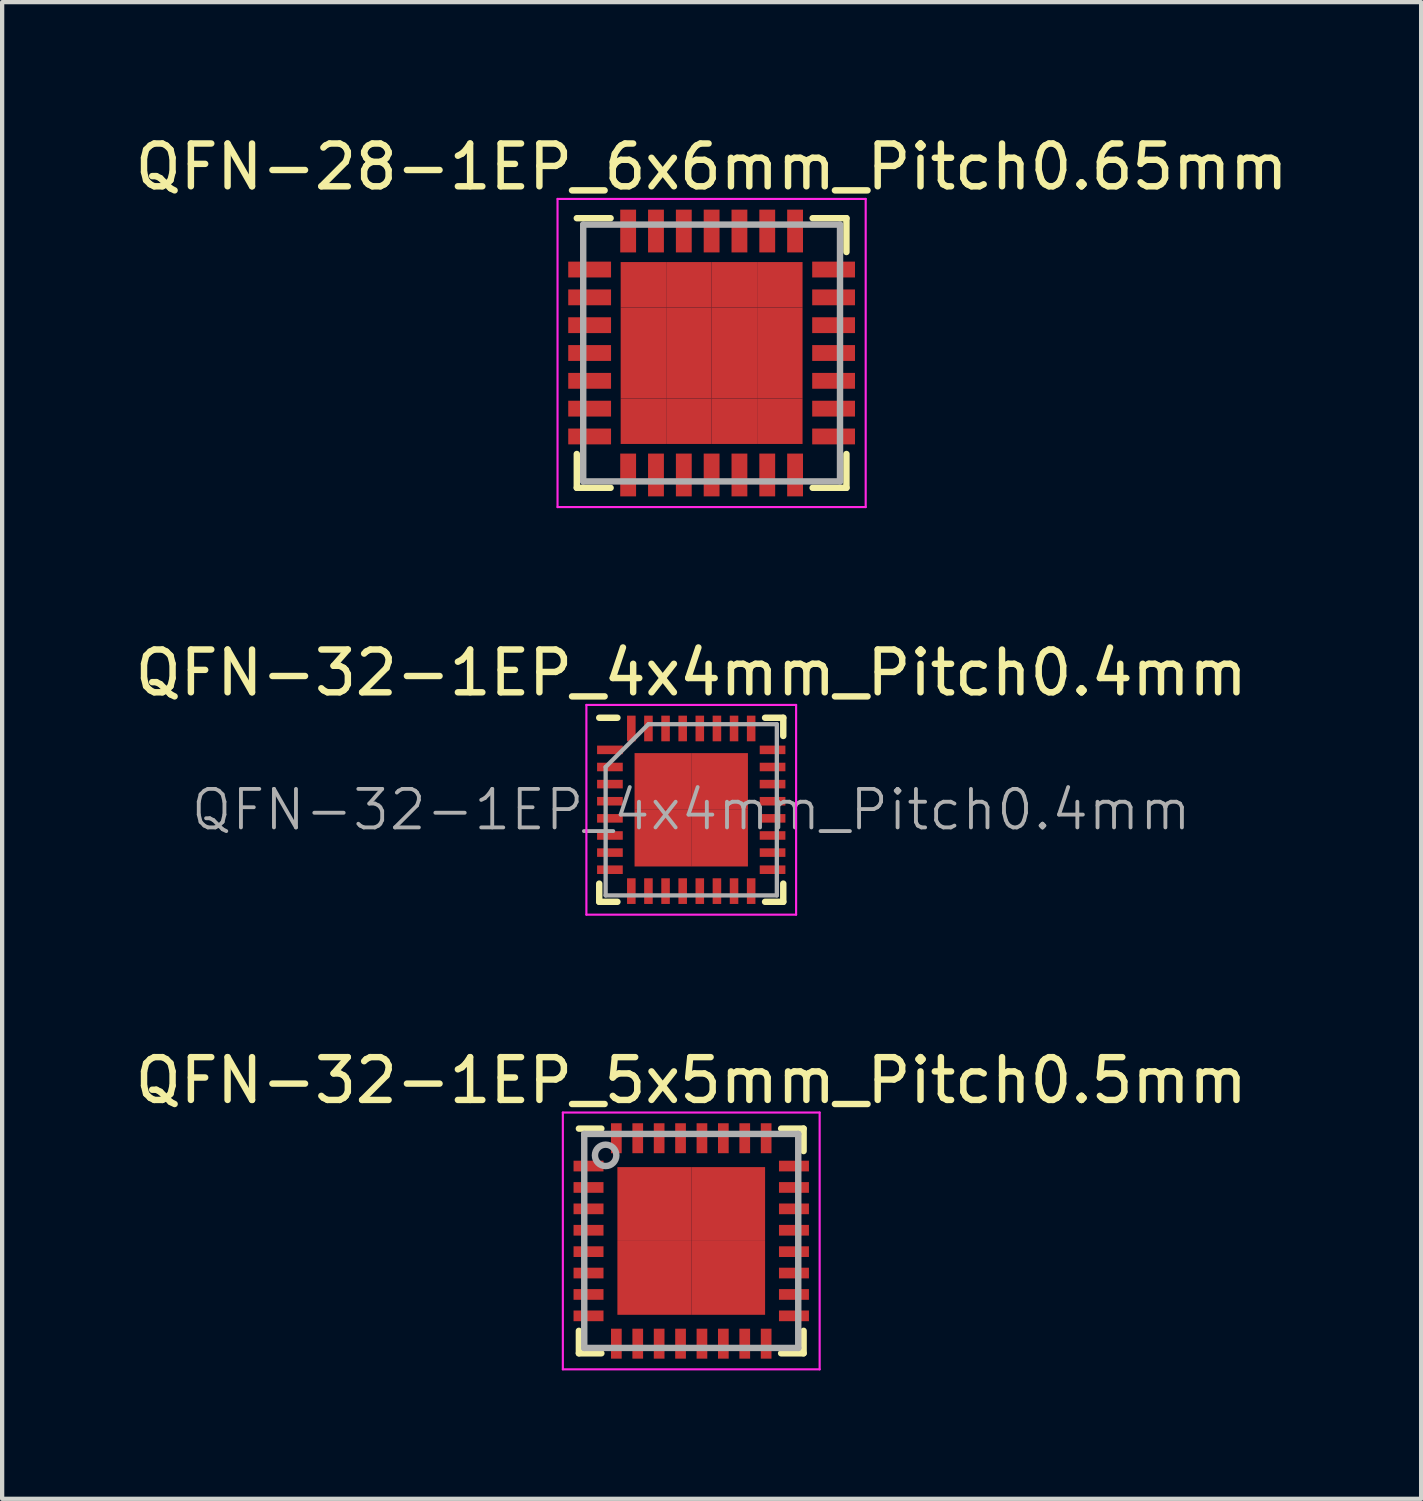
<source format=kicad_pcb>
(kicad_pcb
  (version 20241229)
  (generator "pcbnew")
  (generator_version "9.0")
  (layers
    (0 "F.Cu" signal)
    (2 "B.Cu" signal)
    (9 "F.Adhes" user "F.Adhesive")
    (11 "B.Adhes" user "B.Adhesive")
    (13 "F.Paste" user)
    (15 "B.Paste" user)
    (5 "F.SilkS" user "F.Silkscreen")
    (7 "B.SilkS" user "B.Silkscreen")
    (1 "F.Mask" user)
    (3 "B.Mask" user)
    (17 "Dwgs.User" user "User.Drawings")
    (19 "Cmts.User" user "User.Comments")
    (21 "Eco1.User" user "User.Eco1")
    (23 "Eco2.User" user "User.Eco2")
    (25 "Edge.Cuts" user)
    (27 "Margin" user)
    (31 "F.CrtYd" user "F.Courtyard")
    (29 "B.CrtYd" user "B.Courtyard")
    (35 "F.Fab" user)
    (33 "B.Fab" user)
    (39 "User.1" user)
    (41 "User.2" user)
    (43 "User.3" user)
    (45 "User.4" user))
  (footprint "QFN-32-1EP_5x5mm_Pitch0.5mm"
    (layer "F.Cu")
    (at 13.101 25.945)
    (property "Reference" "QFN-32-1EP_5x5mm_Pitch0.5mm" (at 0 -3.75 0) (layer "F.SilkS") (effects (font (size 1 1) (thickness 0.15))))
    (attr smd)
    (fp_line (start -2.625 -2.625) (end -2.1 -2.625) (stroke (width 0.15) (type solid)) (layer "F.SilkS"))
    (fp_line (start -2.625 2.625) (end -2.625 2.1) (stroke (width 0.15) (type solid)) (layer "F.SilkS"))
    (fp_line (start -2.625 2.625) (end -2.1 2.625) (stroke (width 0.15) (type solid)) (layer "F.SilkS"))
    (fp_line (start 2.625 -2.625) (end 2.1 -2.625) (stroke (width 0.15) (type solid)) (layer "F.SilkS"))
    (fp_line (start 2.625 -2.625) (end 2.625 -2.1) (stroke (width 0.15) (type solid)) (layer "F.SilkS"))
    (fp_line (start 2.625 2.625) (end 2.1 2.625) (stroke (width 0.15) (type solid)) (layer "F.SilkS"))
    (fp_line (start 2.625 2.625) (end 2.625 2.1) (stroke (width 0.15) (type solid)) (layer "F.SilkS"))
    (fp_line (start -3 -3) (end -3 3) (stroke (width 0.05) (type solid)) (layer "F.CrtYd"))
    (fp_line (start -3 -3) (end 3 -3) (stroke (width 0.05) (type solid)) (layer "F.CrtYd"))
    (fp_line (start -3 3) (end 3 3) (stroke (width 0.05) (type solid)) (layer "F.CrtYd"))
    (fp_line (start 3 -3) (end 3 3) (stroke (width 0.05) (type solid)) (layer "F.CrtYd"))
    (fp_line (start -2.5 -2.5) (end 2.5 -2.5) (stroke (width 0.15) (type solid)) (layer "F.Fab"))
    (fp_line (start -2.5 2.5) (end -2.5 -2.5) (stroke (width 0.15) (type solid)) (layer "F.Fab"))
    (fp_line (start 2.5 -2.5) (end 2.5 2.5) (stroke (width 0.15) (type solid)) (layer "F.Fab"))
    (fp_line (start 2.5 2.5) (end -2.5 2.5) (stroke (width 0.15) (type solid)) (layer "F.Fab"))
    (fp_circle (center -2 -2) (end -2.25 -2) (stroke (width 0.15) (type solid)) (fill no) (layer "F.Fab"))
    (pad "1" smd rect (at -2.4 -1.75) (size 0.7 0.25) (layers "F.Cu" "F.Mask" "F.Paste"))
    (pad "2" smd rect (at -2.4 -1.25) (size 0.7 0.25) (layers "F.Cu" "F.Mask" "F.Paste"))
    (pad "3" smd rect (at -2.4 -0.75) (size 0.7 0.25) (layers "F.Cu" "F.Mask" "F.Paste"))
    (pad "4" smd rect (at -2.4 -0.25) (size 0.7 0.25) (layers "F.Cu" "F.Mask" "F.Paste"))
    (pad "5" smd rect (at -2.4 0.25) (size 0.7 0.25) (layers "F.Cu" "F.Mask" "F.Paste"))
    (pad "6" smd rect (at -2.4 0.75) (size 0.7 0.25) (layers "F.Cu" "F.Mask" "F.Paste"))
    (pad "7" smd rect (at -2.4 1.25) (size 0.7 0.25) (layers "F.Cu" "F.Mask" "F.Paste"))
    (pad "8" smd rect (at -2.4 1.75) (size 0.7 0.25) (layers "F.Cu" "F.Mask" "F.Paste"))
    (pad "9" smd rect (at -1.75 2.4 90) (size 0.7 0.25) (layers "F.Cu" "F.Mask" "F.Paste"))
    (pad "10" smd rect (at -1.25 2.4 90) (size 0.7 0.25) (layers "F.Cu" "F.Mask" "F.Paste"))
    (pad "11" smd rect (at -0.75 2.4 90) (size 0.7 0.25) (layers "F.Cu" "F.Mask" "F.Paste"))
    (pad "12" smd rect (at -0.25 2.4 90) (size 0.7 0.25) (layers "F.Cu" "F.Mask" "F.Paste"))
    (pad "13" smd rect (at 0.25 2.4 90) (size 0.7 0.25) (layers "F.Cu" "F.Mask" "F.Paste"))
    (pad "14" smd rect (at 0.75 2.4 90) (size 0.7 0.25) (layers "F.Cu" "F.Mask" "F.Paste"))
    (pad "15" smd rect (at 1.25 2.4 90) (size 0.7 0.25) (layers "F.Cu" "F.Mask" "F.Paste"))
    (pad "16" smd rect (at 1.75 2.4 90) (size 0.7 0.25) (layers "F.Cu" "F.Mask" "F.Paste"))
    (pad "17" smd rect (at 2.4 1.75) (size 0.7 0.25) (layers "F.Cu" "F.Mask" "F.Paste"))
    (pad "18" smd rect (at 2.4 1.25) (size 0.7 0.25) (layers "F.Cu" "F.Mask" "F.Paste"))
    (pad "19" smd rect (at 2.4 0.75) (size 0.7 0.25) (layers "F.Cu" "F.Mask" "F.Paste"))
    (pad "20" smd rect (at 2.4 0.25) (size 0.7 0.25) (layers "F.Cu" "F.Mask" "F.Paste"))
    (pad "21" smd rect (at 2.4 -0.25) (size 0.7 0.25) (layers "F.Cu" "F.Mask" "F.Paste"))
    (pad "22" smd rect (at 2.4 -0.75) (size 0.7 0.25) (layers "F.Cu" "F.Mask" "F.Paste"))
    (pad "23" smd rect (at 2.4 -1.25) (size 0.7 0.25) (layers "F.Cu" "F.Mask" "F.Paste"))
    (pad "24" smd rect (at 2.4 -1.75) (size 0.7 0.25) (layers "F.Cu" "F.Mask" "F.Paste"))
    (pad "25" smd rect (at 1.75 -2.4 90) (size 0.7 0.25) (layers "F.Cu" "F.Mask" "F.Paste"))
    (pad "26" smd rect (at 1.25 -2.4 90) (size 0.7 0.25) (layers "F.Cu" "F.Mask" "F.Paste"))
    (pad "27" smd rect (at 0.75 -2.4 90) (size 0.7 0.25) (layers "F.Cu" "F.Mask" "F.Paste"))
    (pad "28" smd rect (at 0.25 -2.4 90) (size 0.7 0.25) (layers "F.Cu" "F.Mask" "F.Paste"))
    (pad "29" smd rect (at -0.25 -2.4 90) (size 0.7 0.25) (layers "F.Cu" "F.Mask" "F.Paste"))
    (pad "30" smd rect (at -0.75 -2.4 90) (size 0.7 0.25) (layers "F.Cu" "F.Mask" "F.Paste"))
    (pad "31" smd rect (at -1.25 -2.4 90) (size 0.7 0.25) (layers "F.Cu" "F.Mask" "F.Paste"))
    (pad "32" smd rect (at -1.75 -2.4 90) (size 0.7 0.25) (layers "F.Cu" "F.Mask" "F.Paste"))
    (pad "33" smd rect (at -0.863 -0.863) (size 1.725 1.725) (layers "F.Cu" "F.Mask" "F.Paste"))
    (pad "33" smd rect (at -0.863 0.863) (size 1.725 1.725) (layers "F.Cu" "F.Mask" "F.Paste"))
    (pad "33" smd rect (at 0.863 -0.863) (size 1.725 1.725) (layers "F.Cu" "F.Mask" "F.Paste"))
    (pad "33" smd rect (at 0.863 0.863) (size 1.725 1.725) (layers "F.Cu" "F.Mask" "F.Paste")))
  (footprint "QFN-28-1EP_6x6mm_Pitch0.65mm"
    (layer "F.Cu")
    (at 13.577 5.198)
    (property "Reference" "QFN-28-1EP_6x6mm_Pitch0.65mm" (at 0 -4.35 0) (layer "F.SilkS") (effects (font (size 1 1) (thickness 0.15))))
    (attr smd)
    (fp_line (start -3.15 -3.15) (end -2.36 -3.15) (stroke (width 0.15) (type solid)) (layer "F.SilkS"))
    (fp_line (start -3.15 3.15) (end -3.15 2.36) (stroke (width 0.15) (type solid)) (layer "F.SilkS"))
    (fp_line (start -3.15 3.15) (end -2.36 3.15) (stroke (width 0.15) (type solid)) (layer "F.SilkS"))
    (fp_line (start 3.15 -3.15) (end 2.36 -3.15) (stroke (width 0.15) (type solid)) (layer "F.SilkS"))
    (fp_line (start 3.15 -3.15) (end 3.15 -2.36) (stroke (width 0.15) (type solid)) (layer "F.SilkS"))
    (fp_line (start 3.15 3.15) (end 2.36 3.15) (stroke (width 0.15) (type solid)) (layer "F.SilkS"))
    (fp_line (start 3.15 3.15) (end 3.15 2.36) (stroke (width 0.15) (type solid)) (layer "F.SilkS"))
    (fp_line (start -3.6 -3.6) (end -3.6 3.6) (stroke (width 0.05) (type solid)) (layer "F.CrtYd"))
    (fp_line (start -3.6 -3.6) (end 3.6 -3.6) (stroke (width 0.05) (type solid)) (layer "F.CrtYd"))
    (fp_line (start -3.6 3.6) (end 3.6 3.6) (stroke (width 0.05) (type solid)) (layer "F.CrtYd"))
    (fp_line (start 3.6 -3.6) (end 3.6 3.6) (stroke (width 0.05) (type solid)) (layer "F.CrtYd"))
    (fp_line (start -3 -3) (end 3 -3) (stroke (width 0.15) (type solid)) (layer "F.Fab"))
    (fp_line (start -3 3) (end -3 -3) (stroke (width 0.15) (type solid)) (layer "F.Fab"))
    (fp_line (start 3 -3) (end 3 3) (stroke (width 0.15) (type solid)) (layer "F.Fab"))
    (fp_line (start 3 3) (end -3 3) (stroke (width 0.15) (type solid)) (layer "F.Fab"))
    (pad "1" smd rect (at -2.85 -1.95) (size 1 0.37) (layers "F.Cu" "F.Mask" "F.Paste"))
    (pad "2" smd rect (at -2.85 -1.3) (size 1 0.37) (layers "F.Cu" "F.Mask" "F.Paste"))
    (pad "3" smd rect (at -2.85 -0.65) (size 1 0.37) (layers "F.Cu" "F.Mask" "F.Paste"))
    (pad "4" smd rect (at -2.85 0) (size 1 0.37) (layers "F.Cu" "F.Mask" "F.Paste"))
    (pad "5" smd rect (at -2.85 0.65) (size 1 0.37) (layers "F.Cu" "F.Mask" "F.Paste"))
    (pad "6" smd rect (at -2.85 1.3) (size 1 0.37) (layers "F.Cu" "F.Mask" "F.Paste"))
    (pad "7" smd rect (at -2.85 1.95) (size 1 0.37) (layers "F.Cu" "F.Mask" "F.Paste"))
    (pad "8" smd rect (at -1.95 2.85 90) (size 1 0.37) (layers "F.Cu" "F.Mask" "F.Paste"))
    (pad "9" smd rect (at -1.3 2.85 90) (size 1 0.37) (layers "F.Cu" "F.Mask" "F.Paste"))
    (pad "10" smd rect (at -0.65 2.85 90) (size 1 0.37) (layers "F.Cu" "F.Mask" "F.Paste"))
    (pad "11" smd rect (at 0 2.85 90) (size 1 0.37) (layers "F.Cu" "F.Mask" "F.Paste"))
    (pad "12" smd rect (at 0.65 2.85 90) (size 1 0.37) (layers "F.Cu" "F.Mask" "F.Paste"))
    (pad "13" smd rect (at 1.3 2.85 90) (size 1 0.37) (layers "F.Cu" "F.Mask" "F.Paste"))
    (pad "14" smd rect (at 1.95 2.85 90) (size 1 0.37) (layers "F.Cu" "F.Mask" "F.Paste"))
    (pad "15" smd rect (at 2.85 1.95) (size 1 0.37) (layers "F.Cu" "F.Mask" "F.Paste"))
    (pad "16" smd rect (at 2.85 1.3) (size 1 0.37) (layers "F.Cu" "F.Mask" "F.Paste"))
    (pad "17" smd rect (at 2.85 0.65) (size 1 0.37) (layers "F.Cu" "F.Mask" "F.Paste"))
    (pad "18" smd rect (at 2.85 0) (size 1 0.37) (layers "F.Cu" "F.Mask" "F.Paste"))
    (pad "19" smd rect (at 2.85 -0.65) (size 1 0.37) (layers "F.Cu" "F.Mask" "F.Paste"))
    (pad "20" smd rect (at 2.85 -1.3) (size 1 0.37) (layers "F.Cu" "F.Mask" "F.Paste"))
    (pad "21" smd rect (at 2.85 -1.95) (size 1 0.37) (layers "F.Cu" "F.Mask" "F.Paste"))
    (pad "22" smd rect (at 1.95 -2.85 90) (size 1 0.37) (layers "F.Cu" "F.Mask" "F.Paste"))
    (pad "23" smd rect (at 1.3 -2.85 90) (size 1 0.37) (layers "F.Cu" "F.Mask" "F.Paste"))
    (pad "24" smd rect (at 0.65 -2.85 90) (size 1 0.37) (layers "F.Cu" "F.Mask" "F.Paste"))
    (pad "25" smd rect (at 0 -2.85 90) (size 1 0.37) (layers "F.Cu" "F.Mask" "F.Paste"))
    (pad "26" smd rect (at -0.65 -2.85 90) (size 1 0.37) (layers "F.Cu" "F.Mask" "F.Paste"))
    (pad "27" smd rect (at -1.3 -2.85 90) (size 1 0.37) (layers "F.Cu" "F.Mask" "F.Paste"))
    (pad "28" smd rect (at -1.95 -2.85 90) (size 1 0.37) (layers "F.Cu" "F.Mask" "F.Paste"))
    (pad "29" smd rect (at -1.594 -1.594) (size 1.062 1.062) (layers "F.Cu" "F.Mask" "F.Paste"))
    (pad "29" smd rect (at -1.594 -0.531) (size 1.062 1.062) (layers "F.Cu" "F.Mask" "F.Paste"))
    (pad "29" smd rect (at -1.594 0.531) (size 1.062 1.062) (layers "F.Cu" "F.Mask" "F.Paste"))
    (pad "29" smd rect (at -1.594 1.594) (size 1.062 1.062) (layers "F.Cu" "F.Mask" "F.Paste"))
    (pad "29" smd rect (at -0.531 -1.594) (size 1.062 1.062) (layers "F.Cu" "F.Mask" "F.Paste"))
    (pad "29" smd rect (at -0.531 -0.531) (size 1.062 1.062) (layers "F.Cu" "F.Mask" "F.Paste"))
    (pad "29" smd rect (at -0.531 0.531) (size 1.062 1.062) (layers "F.Cu" "F.Mask" "F.Paste"))
    (pad "29" smd rect (at -0.531 1.594) (size 1.062 1.062) (layers "F.Cu" "F.Mask" "F.Paste"))
    (pad "29" smd rect (at 0.531 -1.594) (size 1.062 1.062) (layers "F.Cu" "F.Mask" "F.Paste"))
    (pad "29" smd rect (at 0.531 -0.531) (size 1.062 1.062) (layers "F.Cu" "F.Mask" "F.Paste"))
    (pad "29" smd rect (at 0.531 0.531) (size 1.062 1.062) (layers "F.Cu" "F.Mask" "F.Paste"))
    (pad "29" smd rect (at 0.531 1.594) (size 1.062 1.062) (layers "F.Cu" "F.Mask" "F.Paste"))
    (pad "29" smd rect (at 1.594 -1.594) (size 1.062 1.062) (layers "F.Cu" "F.Mask" "F.Paste"))
    (pad "29" smd rect (at 1.594 -0.531) (size 1.062 1.062) (layers "F.Cu" "F.Mask" "F.Paste"))
    (pad "29" smd rect (at 1.594 0.531) (size 1.062 1.062) (layers "F.Cu" "F.Mask" "F.Paste"))
    (pad "29" smd rect (at 1.594 1.594) (size 1.062 1.062) (layers "F.Cu" "F.Mask" "F.Paste")))
  (footprint "QFN-32-1EP_4x4mm_Pitch0.4mm"
    (layer "F.Cu")
    (at 13.101 15.871)
    (property "Reference" "QFN-32-1EP_4x4mm_Pitch0.4mm" (at 0 -3.2 0) (layer "F.SilkS") (effects (font (size 1 1) (thickness 0.15))))
    (attr smd)
    (fp_line (start -2.15 -2.15) (end -1.725 -2.15) (stroke (width 0.15) (type solid)) (layer "F.SilkS"))
    (fp_line (start -2.15 2.15) (end -2.15 1.725) (stroke (width 0.15) (type solid)) (layer "F.SilkS"))
    (fp_line (start -2.15 2.15) (end -1.725 2.15) (stroke (width 0.15) (type solid)) (layer "F.SilkS"))
    (fp_line (start 2.15 -2.15) (end 1.725 -2.15) (stroke (width 0.15) (type solid)) (layer "F.SilkS"))
    (fp_line (start 2.15 -2.15) (end 2.15 -1.725) (stroke (width 0.15) (type solid)) (layer "F.SilkS"))
    (fp_line (start 2.15 2.15) (end 1.725 2.15) (stroke (width 0.15) (type solid)) (layer "F.SilkS"))
    (fp_line (start 2.15 2.15) (end 2.15 1.725) (stroke (width 0.15) (type solid)) (layer "F.SilkS"))
    (fp_line (start -2.45 -2.45) (end -2.45 2.45) (stroke (width 0.05) (type solid)) (layer "F.CrtYd"))
    (fp_line (start -2.45 -2.45) (end 2.45 -2.45) (stroke (width 0.05) (type solid)) (layer "F.CrtYd"))
    (fp_line (start -2.45 2.45) (end 2.45 2.45) (stroke (width 0.05) (type solid)) (layer "F.CrtYd"))
    (fp_line (start 2.45 -2.45) (end 2.45 2.45) (stroke (width 0.05) (type solid)) (layer "F.CrtYd"))
    (fp_line (start -2 -1) (end -1 -2) (stroke (width 0.1) (type solid)) (layer "F.Fab"))
    (fp_line (start -2 2) (end -2 -1) (stroke (width 0.1) (type solid)) (layer "F.Fab"))
    (fp_line (start -1 -2) (end 2 -2) (stroke (width 0.1) (type solid)) (layer "F.Fab"))
    (fp_line (start 2 -2) (end 2 2) (stroke (width 0.1) (type solid)) (layer "F.Fab"))
    (fp_line (start 2 2) (end -2 2) (stroke (width 0.1) (type solid)) (layer "F.Fab"))
    (fp_text user "${REFERENCE}" (at 0 0 0) (layer "F.Fab") (effects (font (size 0.9 0.9) (thickness 0.09))))
    (pad "1" smd rect (at -1.9 -1.4) (size 0.6 0.2) (layers "F.Cu" "F.Mask" "F.Paste"))
    (pad "2" smd rect (at -1.9 -1) (size 0.6 0.2) (layers "F.Cu" "F.Mask" "F.Paste"))
    (pad "3" smd rect (at -1.9 -0.6) (size 0.6 0.2) (layers "F.Cu" "F.Mask" "F.Paste"))
    (pad "4" smd rect (at -1.9 -0.2) (size 0.6 0.2) (layers "F.Cu" "F.Mask" "F.Paste"))
    (pad "5" smd rect (at -1.9 0.2) (size 0.6 0.2) (layers "F.Cu" "F.Mask" "F.Paste"))
    (pad "6" smd rect (at -1.9 0.6) (size 0.6 0.2) (layers "F.Cu" "F.Mask" "F.Paste"))
    (pad "7" smd rect (at -1.9 1) (size 0.6 0.2) (layers "F.Cu" "F.Mask" "F.Paste"))
    (pad "8" smd rect (at -1.9 1.4) (size 0.6 0.2) (layers "F.Cu" "F.Mask" "F.Paste"))
    (pad "9" smd rect (at -1.4 1.9 90) (size 0.6 0.2) (layers "F.Cu" "F.Mask" "F.Paste"))
    (pad "10" smd rect (at -1 1.9 90) (size 0.6 0.2) (layers "F.Cu" "F.Mask" "F.Paste"))
    (pad "11" smd rect (at -0.6 1.9 90) (size 0.6 0.2) (layers "F.Cu" "F.Mask" "F.Paste"))
    (pad "12" smd rect (at -0.2 1.9 90) (size 0.6 0.2) (layers "F.Cu" "F.Mask" "F.Paste"))
    (pad "13" smd rect (at 0.2 1.9 90) (size 0.6 0.2) (layers "F.Cu" "F.Mask" "F.Paste"))
    (pad "14" smd rect (at 0.6 1.9 90) (size 0.6 0.2) (layers "F.Cu" "F.Mask" "F.Paste"))
    (pad "15" smd rect (at 1 1.9 90) (size 0.6 0.2) (layers "F.Cu" "F.Mask" "F.Paste"))
    (pad "16" smd rect (at 1.4 1.9 90) (size 0.6 0.2) (layers "F.Cu" "F.Mask" "F.Paste"))
    (pad "17" smd rect (at 1.9 1.4) (size 0.6 0.2) (layers "F.Cu" "F.Mask" "F.Paste"))
    (pad "18" smd rect (at 1.9 1) (size 0.6 0.2) (layers "F.Cu" "F.Mask" "F.Paste"))
    (pad "19" smd rect (at 1.9 0.6) (size 0.6 0.2) (layers "F.Cu" "F.Mask" "F.Paste"))
    (pad "20" smd rect (at 1.9 0.2) (size 0.6 0.2) (layers "F.Cu" "F.Mask" "F.Paste"))
    (pad "21" smd rect (at 1.9 -0.2) (size 0.6 0.2) (layers "F.Cu" "F.Mask" "F.Paste"))
    (pad "22" smd rect (at 1.9 -0.6) (size 0.6 0.2) (layers "F.Cu" "F.Mask" "F.Paste"))
    (pad "23" smd rect (at 1.9 -1) (size 0.6 0.2) (layers "F.Cu" "F.Mask" "F.Paste"))
    (pad "24" smd rect (at 1.9 -1.4) (size 0.6 0.2) (layers "F.Cu" "F.Mask" "F.Paste"))
    (pad "25" smd rect (at 1.4 -1.9 90) (size 0.6 0.2) (layers "F.Cu" "F.Mask" "F.Paste"))
    (pad "26" smd rect (at 1 -1.9 90) (size 0.6 0.2) (layers "F.Cu" "F.Mask" "F.Paste"))
    (pad "27" smd rect (at 0.6 -1.9 90) (size 0.6 0.2) (layers "F.Cu" "F.Mask" "F.Paste"))
    (pad "28" smd rect (at 0.2 -1.9 90) (size 0.6 0.2) (layers "F.Cu" "F.Mask" "F.Paste"))
    (pad "29" smd rect (at -0.2 -1.9 90) (size 0.6 0.2) (layers "F.Cu" "F.Mask" "F.Paste"))
    (pad "30" smd rect (at -0.6 -1.9 90) (size 0.6 0.2) (layers "F.Cu" "F.Mask" "F.Paste"))
    (pad "31" smd rect (at -1 -1.9 90) (size 0.6 0.2) (layers "F.Cu" "F.Mask" "F.Paste"))
    (pad "32" smd rect (at -1.4 -1.9 90) (size 0.6 0.2) (layers "F.Cu" "F.Mask" "F.Paste"))
    (pad "33" smd rect (at -0.662 -0.662) (size 1.325 1.325) (layers "F.Cu" "F.Mask" "F.Paste"))
    (pad "33" smd rect (at -0.662 0.662) (size 1.325 1.325) (layers "F.Cu" "F.Mask" "F.Paste"))
    (pad "33" smd rect (at 0.662 -0.662) (size 1.325 1.325) (layers "F.Cu" "F.Mask" "F.Paste"))
    (pad "33" smd rect (at 0.662 0.662) (size 1.325 1.325) (layers "F.Cu" "F.Mask" "F.Paste")))
  (gr_rect
    (start -3 -3)
    (end 30.155 31.97)
    (stroke (width 0.1) (type default))
    (fill no)
    (layer "Edge.Cuts")))
</source>
